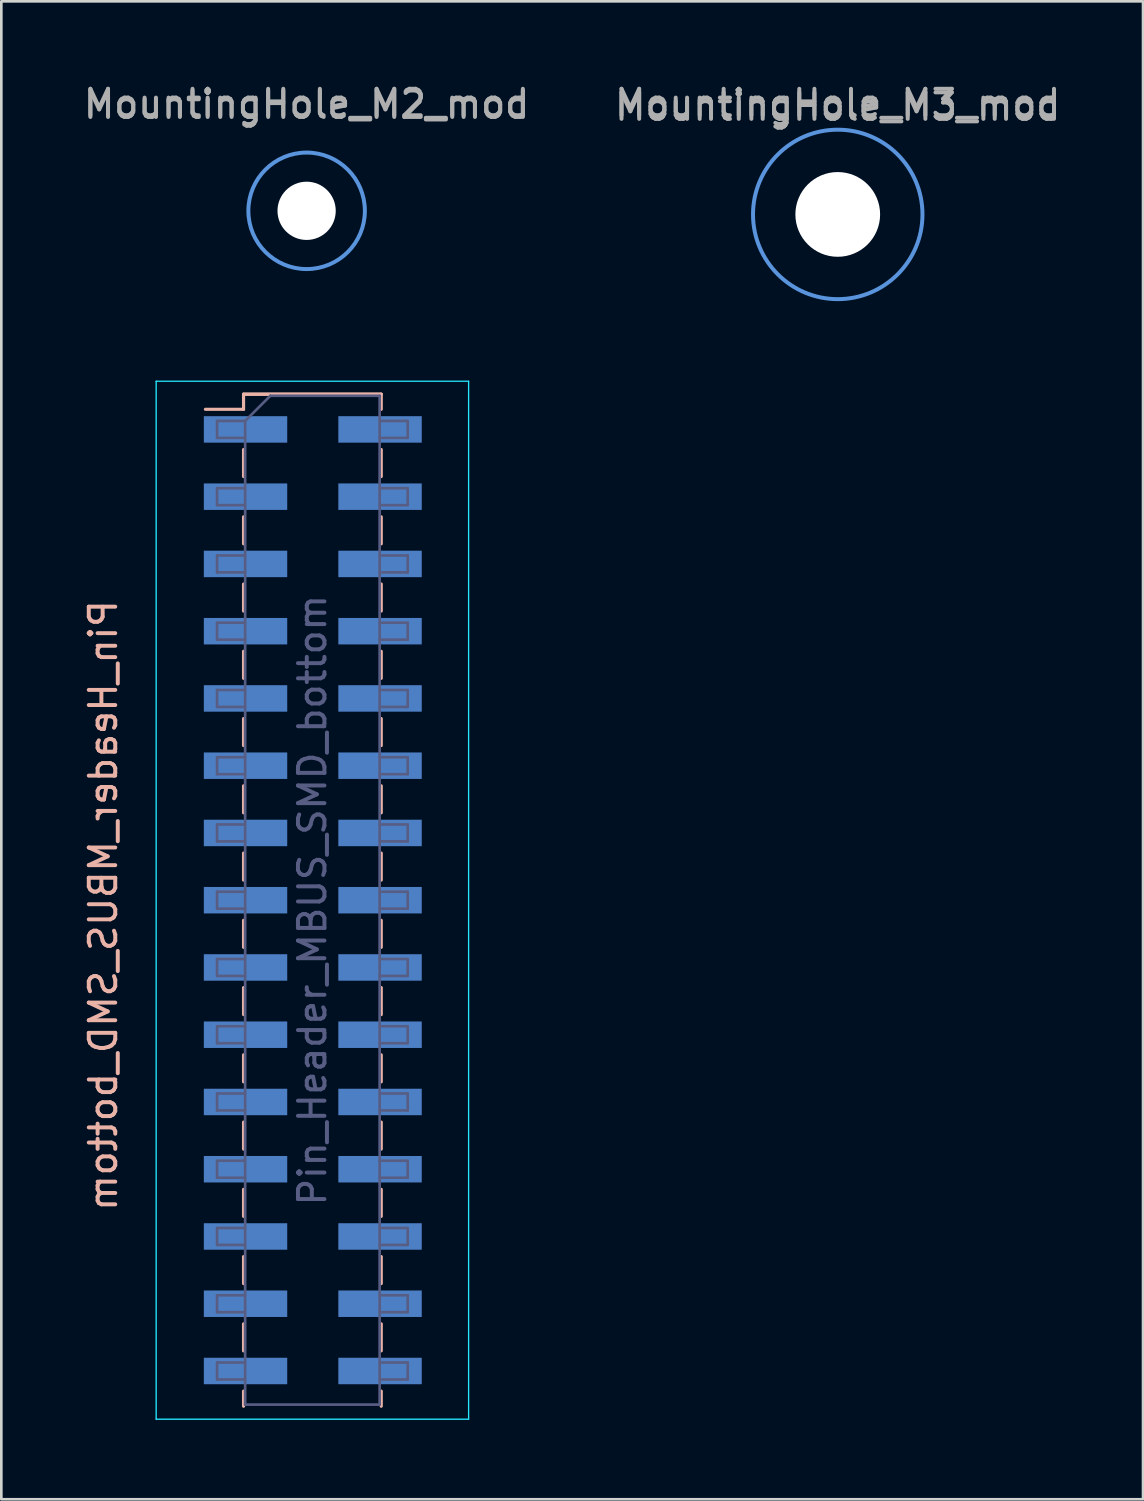
<source format=kicad_pcb>
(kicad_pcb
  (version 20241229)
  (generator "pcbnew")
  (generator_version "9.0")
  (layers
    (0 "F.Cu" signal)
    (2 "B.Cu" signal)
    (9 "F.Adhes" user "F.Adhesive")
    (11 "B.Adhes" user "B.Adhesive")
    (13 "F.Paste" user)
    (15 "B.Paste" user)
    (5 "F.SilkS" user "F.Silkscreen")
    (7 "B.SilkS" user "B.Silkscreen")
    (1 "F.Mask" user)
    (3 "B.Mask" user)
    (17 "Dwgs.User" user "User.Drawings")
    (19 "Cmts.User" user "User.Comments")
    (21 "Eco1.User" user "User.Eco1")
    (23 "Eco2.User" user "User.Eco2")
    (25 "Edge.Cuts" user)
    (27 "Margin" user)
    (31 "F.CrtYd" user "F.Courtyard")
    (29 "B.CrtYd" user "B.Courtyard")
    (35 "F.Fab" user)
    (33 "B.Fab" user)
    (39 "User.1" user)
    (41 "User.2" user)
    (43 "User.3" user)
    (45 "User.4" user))
  (footprint "MountingHole_M2_mod"
    (layer "F.Cu")
    (at 8.53 4.912)
    (property "Reference" "MountingHole_M2_mod" (at 0 -4 0) (layer "F.Fab") (effects (font (size 1 1) (thickness 0.15))))
    (attr exclude_from_pos_files exclude_from_bom)
    (fp_circle (center 0 0) (end 2.2 0) (stroke (width 0.15) (type solid)) (fill no) (layer "Cmts.User"))
    (fp_text user "${REFERENCE}" (at 0 -4.064 0) (layer "F.Fab") (effects (font (size 1 1) (thickness 0.15))))
    (pad "" np_thru_hole circle (at 0 0) (size 2.2 2.2) (drill 2.2) (layers "*.Cu" "*.Mask")))
  (footprint "MountingHole_M3_mod"
    (layer "F.Cu")
    (at 28.589 5.048)
    (property "Reference" "MountingHole_M3_mod" (at 0 -4.2 0) (layer "F.Fab") (effects (font (size 1 1) (thickness 0.15))))
    (attr exclude_from_pos_files exclude_from_bom)
    (fp_circle (center 0 0) (end 3.2 0) (stroke (width 0.15) (type solid)) (fill no) (layer "Cmts.User"))
    (fp_text user "${REFERENCE}" (at 0 -4.064 0) (layer "F.Fab") (effects (font (size 1 1) (thickness 0.15))))
    (pad "" np_thru_hole circle (at 0 0) (size 3.2 3.2) (drill 3.2) (layers "*.Cu" "*.Mask")))
  (footprint "Pin_Header_MBUS_SMD_bottom"
    (layer "F.Cu")
    (at 8.748 30.948)
    (property "Reference" "Pin_Header_MBUS_SMD_bottom" (at -7.9 0.2 90) (layer "B.SilkS") (effects (font (size 1 1) (thickness 0.15)) (justify mirror)))
    (attr smd)
    (fp_line (start -4.04 -18.54) (end -2.6 -18.54) (stroke (width 0.12) (type solid)) (layer "B.SilkS"))
    (fp_line (start -2.6 -19.11) (end 2.6 -19.11) (stroke (width 0.12) (type solid)) (layer "B.SilkS"))
    (fp_line (start -2.6 -19.11) (end 2.6 -19.11) (stroke (width 0.12) (type solid)) (layer "B.SilkS"))
    (fp_line (start -2.6 -18.54) (end -2.6 -19.11) (stroke (width 0.12) (type solid)) (layer "B.SilkS"))
    (fp_line (start -2.6 -17.02) (end -2.6 -16) (stroke (width 0.12) (type solid)) (layer "B.SilkS"))
    (fp_line (start -2.6 -14.48) (end -2.6 -13.46) (stroke (width 0.12) (type solid)) (layer "B.SilkS"))
    (fp_line (start -2.6 -11.94) (end -2.6 -10.92) (stroke (width 0.12) (type solid)) (layer "B.SilkS"))
    (fp_line (start -2.6 -9.4) (end -2.6 -8.38) (stroke (width 0.12) (type solid)) (layer "B.SilkS"))
    (fp_line (start -2.6 -6.86) (end -2.6 -5.84) (stroke (width 0.12) (type solid)) (layer "B.SilkS"))
    (fp_line (start -2.6 -4.32) (end -2.6 -3.3) (stroke (width 0.12) (type solid)) (layer "B.SilkS"))
    (fp_line (start -2.6 -1.78) (end -2.6 -0.76) (stroke (width 0.12) (type solid)) (layer "B.SilkS"))
    (fp_line (start -2.6 0.76) (end -2.6 1.78) (stroke (width 0.12) (type solid)) (layer "B.SilkS"))
    (fp_line (start -2.6 3.3) (end -2.6 4.32) (stroke (width 0.12) (type solid)) (layer "B.SilkS"))
    (fp_line (start -2.6 5.84) (end -2.6 6.86) (stroke (width 0.12) (type solid)) (layer "B.SilkS"))
    (fp_line (start -2.6 8.38) (end -2.6 9.4) (stroke (width 0.12) (type solid)) (layer "B.SilkS"))
    (fp_line (start -2.6 10.92) (end -2.6 11.94) (stroke (width 0.12) (type solid)) (layer "B.SilkS"))
    (fp_line (start -2.6 13.46) (end -2.6 14.48) (stroke (width 0.12) (type solid)) (layer "B.SilkS"))
    (fp_line (start -2.6 16) (end -2.6 17.02) (stroke (width 0.12) (type solid)) (layer "B.SilkS"))
    (fp_line (start -2.6 18.54) (end -2.6 19.11) (stroke (width 0.12) (type solid)) (layer "B.SilkS"))
    (fp_line (start 2.6 -19.11) (end 2.6 -18.54) (stroke (width 0.12) (type solid)) (layer "B.SilkS"))
    (fp_line (start 2.6 -17.02) (end 2.6 -16) (stroke (width 0.12) (type solid)) (layer "B.SilkS"))
    (fp_line (start 2.6 -14.48) (end 2.6 -13.46) (stroke (width 0.12) (type solid)) (layer "B.SilkS"))
    (fp_line (start 2.6 -11.94) (end 2.6 -10.92) (stroke (width 0.12) (type solid)) (layer "B.SilkS"))
    (fp_line (start 2.6 -9.4) (end 2.6 -8.38) (stroke (width 0.12) (type solid)) (layer "B.SilkS"))
    (fp_line (start 2.6 -6.86) (end 2.6 -5.84) (stroke (width 0.12) (type solid)) (layer "B.SilkS"))
    (fp_line (start 2.6 -4.32) (end 2.6 -3.3) (stroke (width 0.12) (type solid)) (layer "B.SilkS"))
    (fp_line (start 2.6 -1.78) (end 2.6 -0.76) (stroke (width 0.12) (type solid)) (layer "B.SilkS"))
    (fp_line (start 2.6 0.76) (end 2.6 1.78) (stroke (width 0.12) (type solid)) (layer "B.SilkS"))
    (fp_line (start 2.6 3.3) (end 2.6 4.32) (stroke (width 0.12) (type solid)) (layer "B.SilkS"))
    (fp_line (start 2.6 5.84) (end 2.6 6.86) (stroke (width 0.12) (type solid)) (layer "B.SilkS"))
    (fp_line (start 2.6 8.38) (end 2.6 9.4) (stroke (width 0.12) (type solid)) (layer "B.SilkS"))
    (fp_line (start 2.6 10.92) (end 2.6 11.94) (stroke (width 0.12) (type solid)) (layer "B.SilkS"))
    (fp_line (start 2.6 13.46) (end 2.6 14.48) (stroke (width 0.12) (type solid)) (layer "B.SilkS"))
    (fp_line (start 2.6 16) (end 2.6 17.02) (stroke (width 0.12) (type solid)) (layer "B.SilkS"))
    (fp_line (start 2.6 18.54) (end 2.6 19.11) (stroke (width 0.12) (type solid)) (layer "B.SilkS"))
    (fp_line (start -5.9 -19.6) (end -5.9 19.6) (stroke (width 0.05) (type solid)) (layer "B.CrtYd"))
    (fp_line (start -5.9 19.6) (end 5.9 19.6) (stroke (width 0.05) (type solid)) (layer "B.CrtYd"))
    (fp_line (start 5.9 -19.6) (end -5.9 -19.6) (stroke (width 0.05) (type solid)) (layer "B.CrtYd"))
    (fp_line (start 5.9 19.6) (end 5.9 -19.6) (stroke (width 0.05) (type solid)) (layer "B.CrtYd"))
    (fp_line (start -3.6 -18.1) (end -3.6 -17.46) (stroke (width 0.1) (type solid)) (layer "B.Fab"))
    (fp_line (start -3.6 -17.46) (end -2.54 -17.46) (stroke (width 0.1) (type solid)) (layer "B.Fab"))
    (fp_line (start -3.6 -15.56) (end -3.6 -14.92) (stroke (width 0.1) (type solid)) (layer "B.Fab"))
    (fp_line (start -3.6 -14.92) (end -2.54 -14.92) (stroke (width 0.1) (type solid)) (layer "B.Fab"))
    (fp_line (start -3.6 -13.02) (end -3.6 -12.38) (stroke (width 0.1) (type solid)) (layer "B.Fab"))
    (fp_line (start -3.6 -12.38) (end -2.54 -12.38) (stroke (width 0.1) (type solid)) (layer "B.Fab"))
    (fp_line (start -3.6 -10.48) (end -3.6 -9.84) (stroke (width 0.1) (type solid)) (layer "B.Fab"))
    (fp_line (start -3.6 -9.84) (end -2.54 -9.84) (stroke (width 0.1) (type solid)) (layer "B.Fab"))
    (fp_line (start -3.6 -7.94) (end -3.6 -7.3) (stroke (width 0.1) (type solid)) (layer "B.Fab"))
    (fp_line (start -3.6 -7.3) (end -2.54 -7.3) (stroke (width 0.1) (type solid)) (layer "B.Fab"))
    (fp_line (start -3.6 -5.4) (end -3.6 -4.76) (stroke (width 0.1) (type solid)) (layer "B.Fab"))
    (fp_line (start -3.6 -4.76) (end -2.54 -4.76) (stroke (width 0.1) (type solid)) (layer "B.Fab"))
    (fp_line (start -3.6 -2.86) (end -3.6 -2.22) (stroke (width 0.1) (type solid)) (layer "B.Fab"))
    (fp_line (start -3.6 -2.22) (end -2.54 -2.22) (stroke (width 0.1) (type solid)) (layer "B.Fab"))
    (fp_line (start -3.6 -0.32) (end -3.6 0.32) (stroke (width 0.1) (type solid)) (layer "B.Fab"))
    (fp_line (start -3.6 0.32) (end -2.54 0.32) (stroke (width 0.1) (type solid)) (layer "B.Fab"))
    (fp_line (start -3.6 2.22) (end -3.6 2.86) (stroke (width 0.1) (type solid)) (layer "B.Fab"))
    (fp_line (start -3.6 2.86) (end -2.54 2.86) (stroke (width 0.1) (type solid)) (layer "B.Fab"))
    (fp_line (start -3.6 4.76) (end -3.6 5.4) (stroke (width 0.1) (type solid)) (layer "B.Fab"))
    (fp_line (start -3.6 5.4) (end -2.54 5.4) (stroke (width 0.1) (type solid)) (layer "B.Fab"))
    (fp_line (start -3.6 7.3) (end -3.6 7.94) (stroke (width 0.1) (type solid)) (layer "B.Fab"))
    (fp_line (start -3.6 7.94) (end -2.54 7.94) (stroke (width 0.1) (type solid)) (layer "B.Fab"))
    (fp_line (start -3.6 9.84) (end -3.6 10.48) (stroke (width 0.1) (type solid)) (layer "B.Fab"))
    (fp_line (start -3.6 10.48) (end -2.54 10.48) (stroke (width 0.1) (type solid)) (layer "B.Fab"))
    (fp_line (start -3.6 12.38) (end -3.6 13.02) (stroke (width 0.1) (type solid)) (layer "B.Fab"))
    (fp_line (start -3.6 13.02) (end -2.54 13.02) (stroke (width 0.1) (type solid)) (layer "B.Fab"))
    (fp_line (start -3.6 14.92) (end -3.6 15.56) (stroke (width 0.1) (type solid)) (layer "B.Fab"))
    (fp_line (start -3.6 15.56) (end -2.54 15.56) (stroke (width 0.1) (type solid)) (layer "B.Fab"))
    (fp_line (start -3.6 17.46) (end -3.6 18.1) (stroke (width 0.1) (type solid)) (layer "B.Fab"))
    (fp_line (start -3.6 18.1) (end -2.54 18.1) (stroke (width 0.1) (type solid)) (layer "B.Fab"))
    (fp_line (start -2.54 -18.1) (end -3.6 -18.1) (stroke (width 0.1) (type solid)) (layer "B.Fab"))
    (fp_line (start -2.54 -18.1) (end -1.59 -19.05) (stroke (width 0.1) (type solid)) (layer "B.Fab"))
    (fp_line (start -2.54 -15.56) (end -3.6 -15.56) (stroke (width 0.1) (type solid)) (layer "B.Fab"))
    (fp_line (start -2.54 -13.02) (end -3.6 -13.02) (stroke (width 0.1) (type solid)) (layer "B.Fab"))
    (fp_line (start -2.54 -10.48) (end -3.6 -10.48) (stroke (width 0.1) (type solid)) (layer "B.Fab"))
    (fp_line (start -2.54 -7.94) (end -3.6 -7.94) (stroke (width 0.1) (type solid)) (layer "B.Fab"))
    (fp_line (start -2.54 -5.4) (end -3.6 -5.4) (stroke (width 0.1) (type solid)) (layer "B.Fab"))
    (fp_line (start -2.54 -2.86) (end -3.6 -2.86) (stroke (width 0.1) (type solid)) (layer "B.Fab"))
    (fp_line (start -2.54 -0.32) (end -3.6 -0.32) (stroke (width 0.1) (type solid)) (layer "B.Fab"))
    (fp_line (start -2.54 2.22) (end -3.6 2.22) (stroke (width 0.1) (type solid)) (layer "B.Fab"))
    (fp_line (start -2.54 4.76) (end -3.6 4.76) (stroke (width 0.1) (type solid)) (layer "B.Fab"))
    (fp_line (start -2.54 7.3) (end -3.6 7.3) (stroke (width 0.1) (type solid)) (layer "B.Fab"))
    (fp_line (start -2.54 9.84) (end -3.6 9.84) (stroke (width 0.1) (type solid)) (layer "B.Fab"))
    (fp_line (start -2.54 12.38) (end -3.6 12.38) (stroke (width 0.1) (type solid)) (layer "B.Fab"))
    (fp_line (start -2.54 14.92) (end -3.6 14.92) (stroke (width 0.1) (type solid)) (layer "B.Fab"))
    (fp_line (start -2.54 17.46) (end -3.6 17.46) (stroke (width 0.1) (type solid)) (layer "B.Fab"))
    (fp_line (start -2.54 19.05) (end -2.54 -18.1) (stroke (width 0.1) (type solid)) (layer "B.Fab"))
    (fp_line (start -1.59 -19.05) (end 2.54 -19.05) (stroke (width 0.1) (type solid)) (layer "B.Fab"))
    (fp_line (start 2.54 -19.05) (end 2.54 19.05) (stroke (width 0.1) (type solid)) (layer "B.Fab"))
    (fp_line (start 2.54 -18.1) (end 3.6 -18.1) (stroke (width 0.1) (type solid)) (layer "B.Fab"))
    (fp_line (start 2.54 -15.56) (end 3.6 -15.56) (stroke (width 0.1) (type solid)) (layer "B.Fab"))
    (fp_line (start 2.54 -13.02) (end 3.6 -13.02) (stroke (width 0.1) (type solid)) (layer "B.Fab"))
    (fp_line (start 2.54 -10.48) (end 3.6 -10.48) (stroke (width 0.1) (type solid)) (layer "B.Fab"))
    (fp_line (start 2.54 -7.94) (end 3.6 -7.94) (stroke (width 0.1) (type solid)) (layer "B.Fab"))
    (fp_line (start 2.54 -5.4) (end 3.6 -5.4) (stroke (width 0.1) (type solid)) (layer "B.Fab"))
    (fp_line (start 2.54 -2.86) (end 3.6 -2.86) (stroke (width 0.1) (type solid)) (layer "B.Fab"))
    (fp_line (start 2.54 -0.32) (end 3.6 -0.32) (stroke (width 0.1) (type solid)) (layer "B.Fab"))
    (fp_line (start 2.54 2.22) (end 3.6 2.22) (stroke (width 0.1) (type solid)) (layer "B.Fab"))
    (fp_line (start 2.54 4.76) (end 3.6 4.76) (stroke (width 0.1) (type solid)) (layer "B.Fab"))
    (fp_line (start 2.54 7.3) (end 3.6 7.3) (stroke (width 0.1) (type solid)) (layer "B.Fab"))
    (fp_line (start 2.54 9.84) (end 3.6 9.84) (stroke (width 0.1) (type solid)) (layer "B.Fab"))
    (fp_line (start 2.54 12.38) (end 3.6 12.38) (stroke (width 0.1) (type solid)) (layer "B.Fab"))
    (fp_line (start 2.54 14.92) (end 3.6 14.92) (stroke (width 0.1) (type solid)) (layer "B.Fab"))
    (fp_line (start 2.54 17.46) (end 3.6 17.46) (stroke (width 0.1) (type solid)) (layer "B.Fab"))
    (fp_line (start 2.54 19.05) (end -2.54 19.05) (stroke (width 0.1) (type solid)) (layer "B.Fab"))
    (fp_line (start 3.6 -18.1) (end 3.6 -17.46) (stroke (width 0.1) (type solid)) (layer "B.Fab"))
    (fp_line (start 3.6 -17.46) (end 2.54 -17.46) (stroke (width 0.1) (type solid)) (layer "B.Fab"))
    (fp_line (start 3.6 -15.56) (end 3.6 -14.92) (stroke (width 0.1) (type solid)) (layer "B.Fab"))
    (fp_line (start 3.6 -14.92) (end 2.54 -14.92) (stroke (width 0.1) (type solid)) (layer "B.Fab"))
    (fp_line (start 3.6 -13.02) (end 3.6 -12.38) (stroke (width 0.1) (type solid)) (layer "B.Fab"))
    (fp_line (start 3.6 -12.38) (end 2.54 -12.38) (stroke (width 0.1) (type solid)) (layer "B.Fab"))
    (fp_line (start 3.6 -10.48) (end 3.6 -9.84) (stroke (width 0.1) (type solid)) (layer "B.Fab"))
    (fp_line (start 3.6 -9.84) (end 2.54 -9.84) (stroke (width 0.1) (type solid)) (layer "B.Fab"))
    (fp_line (start 3.6 -7.94) (end 3.6 -7.3) (stroke (width 0.1) (type solid)) (layer "B.Fab"))
    (fp_line (start 3.6 -7.3) (end 2.54 -7.3) (stroke (width 0.1) (type solid)) (layer "B.Fab"))
    (fp_line (start 3.6 -5.4) (end 3.6 -4.76) (stroke (width 0.1) (type solid)) (layer "B.Fab"))
    (fp_line (start 3.6 -4.76) (end 2.54 -4.76) (stroke (width 0.1) (type solid)) (layer "B.Fab"))
    (fp_line (start 3.6 -2.86) (end 3.6 -2.22) (stroke (width 0.1) (type solid)) (layer "B.Fab"))
    (fp_line (start 3.6 -2.22) (end 2.54 -2.22) (stroke (width 0.1) (type solid)) (layer "B.Fab"))
    (fp_line (start 3.6 -0.32) (end 3.6 0.32) (stroke (width 0.1) (type solid)) (layer "B.Fab"))
    (fp_line (start 3.6 0.32) (end 2.54 0.32) (stroke (width 0.1) (type solid)) (layer "B.Fab"))
    (fp_line (start 3.6 2.22) (end 3.6 2.86) (stroke (width 0.1) (type solid)) (layer "B.Fab"))
    (fp_line (start 3.6 2.86) (end 2.54 2.86) (stroke (width 0.1) (type solid)) (layer "B.Fab"))
    (fp_line (start 3.6 4.76) (end 3.6 5.4) (stroke (width 0.1) (type solid)) (layer "B.Fab"))
    (fp_line (start 3.6 5.4) (end 2.54 5.4) (stroke (width 0.1) (type solid)) (layer "B.Fab"))
    (fp_line (start 3.6 7.3) (end 3.6 7.94) (stroke (width 0.1) (type solid)) (layer "B.Fab"))
    (fp_line (start 3.6 7.94) (end 2.54 7.94) (stroke (width 0.1) (type solid)) (layer "B.Fab"))
    (fp_line (start 3.6 9.84) (end 3.6 10.48) (stroke (width 0.1) (type solid)) (layer "B.Fab"))
    (fp_line (start 3.6 10.48) (end 2.54 10.48) (stroke (width 0.1) (type solid)) (layer "B.Fab"))
    (fp_line (start 3.6 12.38) (end 3.6 13.02) (stroke (width 0.1) (type solid)) (layer "B.Fab"))
    (fp_line (start 3.6 13.02) (end 2.54 13.02) (stroke (width 0.1) (type solid)) (layer "B.Fab"))
    (fp_line (start 3.6 14.92) (end 3.6 15.56) (stroke (width 0.1) (type solid)) (layer "B.Fab"))
    (fp_line (start 3.6 15.56) (end 2.54 15.56) (stroke (width 0.1) (type solid)) (layer "B.Fab"))
    (fp_line (start 3.6 17.46) (end 3.6 18.1) (stroke (width 0.1) (type solid)) (layer "B.Fab"))
    (fp_line (start 3.6 18.1) (end 2.54 18.1) (stroke (width 0.1) (type solid)) (layer "B.Fab"))
    (fp_text user "${REFERENCE}" (at 0 0 90) (layer "B.Fab") (effects (font (size 1 1) (thickness 0.15))))
    (pad "1" smd rect (at -2.525 -17.78) (size 3.15 1) (layers "B.Cu" "B.Mask" "B.Paste"))
    (pad "2" smd rect (at 2.555 -17.78) (size 3.15 1) (layers "B.Cu" "B.Mask" "B.Paste"))
    (pad "3" smd rect (at -2.525 -15.24) (size 3.15 1) (layers "B.Cu" "B.Mask" "B.Paste"))
    (pad "4" smd rect (at 2.555 -15.24) (size 3.15 1) (layers "B.Cu" "B.Mask" "B.Paste"))
    (pad "5" smd rect (at -2.525 -12.7) (size 3.15 1) (layers "B.Cu" "B.Mask" "B.Paste"))
    (pad "6" smd rect (at 2.555 -12.7) (size 3.15 1) (layers "B.Cu" "B.Mask" "B.Paste"))
    (pad "7" smd rect (at -2.525 -10.16) (size 3.15 1) (layers "B.Cu" "B.Mask" "B.Paste"))
    (pad "8" smd rect (at 2.555 -10.16) (size 3.15 1) (layers "B.Cu" "B.Mask" "B.Paste"))
    (pad "9" smd rect (at -2.525 -7.62) (size 3.15 1) (layers "B.Cu" "B.Mask" "B.Paste"))
    (pad "10" smd rect (at 2.555 -7.62) (size 3.15 1) (layers "B.Cu" "B.Mask" "B.Paste"))
    (pad "11" smd rect (at -2.525 -5.08) (size 3.15 1) (layers "B.Cu" "B.Mask" "B.Paste"))
    (pad "12" smd rect (at 2.555 -5.08) (size 3.15 1) (layers "B.Cu" "B.Mask" "B.Paste"))
    (pad "13" smd rect (at -2.525 -2.54) (size 3.15 1) (layers "B.Cu" "B.Mask" "B.Paste"))
    (pad "14" smd rect (at 2.555 -2.54) (size 3.15 1) (layers "B.Cu" "B.Mask" "B.Paste"))
    (pad "15" smd rect (at -2.525 0) (size 3.15 1) (layers "B.Cu" "B.Mask" "B.Paste"))
    (pad "16" smd rect (at 2.555 0) (size 3.15 1) (layers "B.Cu" "B.Mask" "B.Paste"))
    (pad "17" smd rect (at -2.525 2.54) (size 3.15 1) (layers "B.Cu" "B.Mask" "B.Paste"))
    (pad "18" smd rect (at 2.555 2.54) (size 3.15 1) (layers "B.Cu" "B.Mask" "B.Paste"))
    (pad "19" smd rect (at -2.525 5.08) (size 3.15 1) (layers "B.Cu" "B.Mask" "B.Paste"))
    (pad "20" smd rect (at 2.555 5.08) (size 3.15 1) (layers "B.Cu" "B.Mask" "B.Paste"))
    (pad "21" smd rect (at -2.525 7.62) (size 3.15 1) (layers "B.Cu" "B.Mask" "B.Paste"))
    (pad "22" smd rect (at 2.555 7.62) (size 3.15 1) (layers "B.Cu" "B.Mask" "B.Paste"))
    (pad "23" smd rect (at -2.525 10.16) (size 3.15 1) (layers "B.Cu" "B.Mask" "B.Paste"))
    (pad "24" smd rect (at 2.555 10.16) (size 3.15 1) (layers "B.Cu" "B.Mask" "B.Paste"))
    (pad "25" smd rect (at -2.525 12.7) (size 3.15 1) (layers "B.Cu" "B.Mask" "B.Paste"))
    (pad "26" smd rect (at 2.555 12.7) (size 3.15 1) (layers "B.Cu" "B.Mask" "B.Paste"))
    (pad "27" smd rect (at -2.525 15.24) (size 3.15 1) (layers "B.Cu" "B.Mask" "B.Paste"))
    (pad "28" smd rect (at 2.555 15.24) (size 3.15 1) (layers "B.Cu" "B.Mask" "B.Paste"))
    (pad "29" smd rect (at -2.525 17.78) (size 3.15 1) (layers "B.Cu" "B.Mask" "B.Paste"))
    (pad "30" smd rect (at 2.555 17.78) (size 3.15 1) (layers "B.Cu" "B.Mask" "B.Paste")))
  (gr_rect
    (start -3 -3)
    (end 40.119 53.573)
    (stroke (width 0.1) (type default))
    (fill no)
    (layer "Edge.Cuts")))
</source>
